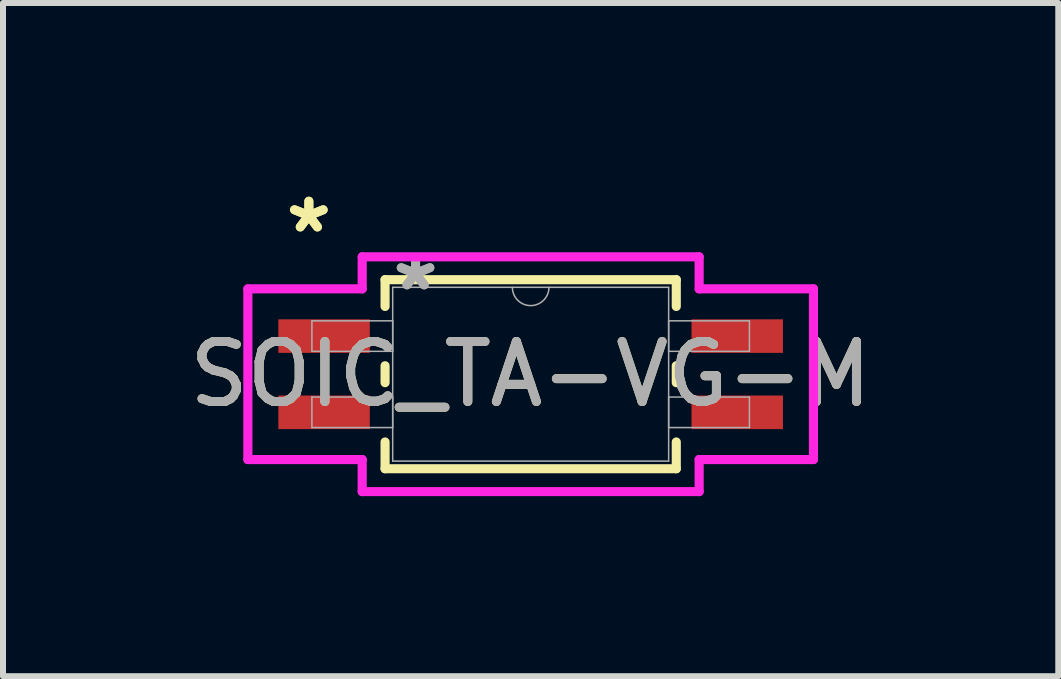
<source format=kicad_pcb>
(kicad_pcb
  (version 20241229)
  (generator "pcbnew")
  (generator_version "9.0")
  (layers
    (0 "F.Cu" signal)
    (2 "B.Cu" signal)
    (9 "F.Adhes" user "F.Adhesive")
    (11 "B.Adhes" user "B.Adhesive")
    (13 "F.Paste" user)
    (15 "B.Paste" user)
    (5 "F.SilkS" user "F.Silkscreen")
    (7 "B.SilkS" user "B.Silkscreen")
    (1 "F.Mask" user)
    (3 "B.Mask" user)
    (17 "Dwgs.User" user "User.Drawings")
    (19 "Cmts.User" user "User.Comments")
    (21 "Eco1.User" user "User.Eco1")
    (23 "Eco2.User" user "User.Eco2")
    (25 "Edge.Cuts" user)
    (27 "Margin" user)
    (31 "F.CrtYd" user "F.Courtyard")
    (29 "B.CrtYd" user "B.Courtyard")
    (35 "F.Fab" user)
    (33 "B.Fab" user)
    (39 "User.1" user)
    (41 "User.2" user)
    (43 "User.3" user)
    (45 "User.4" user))
  (footprint "SOIC_TA-VG-M"
    (layer "F.Cu")
    (at 5.792 3.185)
    (property "Reference" "SOIC_TA-VG-M" (at 0 0 0) (unlocked yes) (layer "F.SilkS") (effects (font (size 1 1) (thickness 0.15))))
    (attr smd)
    (fp_line (start -2.426 -1.575) (end -2.426 -1.129) (stroke (width 0.152) (type solid)) (layer "F.SilkS"))
    (fp_line (start -2.426 -0.141) (end -2.426 0.141) (stroke (width 0.152) (type solid)) (layer "F.SilkS"))
    (fp_line (start -2.426 1.129) (end -2.426 1.575) (stroke (width 0.152) (type solid)) (layer "F.SilkS"))
    (fp_line (start -2.426 1.575) (end 2.426 1.575) (stroke (width 0.152) (type solid)) (layer "F.SilkS"))
    (fp_line (start 2.426 -1.575) (end -2.426 -1.575) (stroke (width 0.152) (type solid)) (layer "F.SilkS"))
    (fp_line (start 2.426 -1.129) (end 2.426 -1.575) (stroke (width 0.152) (type solid)) (layer "F.SilkS"))
    (fp_line (start 2.426 0.141) (end 2.426 -0.141) (stroke (width 0.152) (type solid)) (layer "F.SilkS"))
    (fp_line (start 2.426 1.575) (end 2.426 1.129) (stroke (width 0.152) (type solid)) (layer "F.SilkS"))
    (fp_line (start -4.712 -1.422) (end -2.807 -1.422) (stroke (width 0.152) (type solid)) (layer "F.CrtYd"))
    (fp_line (start -4.712 1.422) (end -4.712 -1.422) (stroke (width 0.152) (type solid)) (layer "F.CrtYd"))
    (fp_line (start -4.712 1.422) (end -2.807 1.422) (stroke (width 0.152) (type solid)) (layer "F.CrtYd"))
    (fp_line (start -2.807 -1.956) (end 2.807 -1.956) (stroke (width 0.152) (type solid)) (layer "F.CrtYd"))
    (fp_line (start -2.807 -1.422) (end -2.807 -1.956) (stroke (width 0.152) (type solid)) (layer "F.CrtYd"))
    (fp_line (start -2.807 1.956) (end -2.807 1.422) (stroke (width 0.152) (type solid)) (layer "F.CrtYd"))
    (fp_line (start 2.807 -1.956) (end 2.807 -1.422) (stroke (width 0.152) (type solid)) (layer "F.CrtYd"))
    (fp_line (start 2.807 1.422) (end 2.807 1.956) (stroke (width 0.152) (type solid)) (layer "F.CrtYd"))
    (fp_line (start 2.807 1.956) (end -2.807 1.956) (stroke (width 0.152) (type solid)) (layer "F.CrtYd"))
    (fp_line (start 4.712 -1.422) (end 2.807 -1.422) (stroke (width 0.152) (type solid)) (layer "F.CrtYd"))
    (fp_line (start 4.712 -1.422) (end 4.712 1.422) (stroke (width 0.152) (type solid)) (layer "F.CrtYd"))
    (fp_line (start 4.712 1.422) (end 2.807 1.422) (stroke (width 0.152) (type solid)) (layer "F.CrtYd"))
    (fp_line (start -3.645 -0.889) (end -3.645 -0.381) (stroke (width 0.025) (type solid)) (layer "F.Fab"))
    (fp_line (start -3.645 -0.381) (end -2.299 -0.381) (stroke (width 0.025) (type solid)) (layer "F.Fab"))
    (fp_line (start -3.645 0.381) (end -3.645 0.889) (stroke (width 0.025) (type solid)) (layer "F.Fab"))
    (fp_line (start -3.645 0.889) (end -2.299 0.889) (stroke (width 0.025) (type solid)) (layer "F.Fab"))
    (fp_line (start -2.299 -1.448) (end -2.299 1.448) (stroke (width 0.025) (type solid)) (layer "F.Fab"))
    (fp_line (start -2.299 -0.889) (end -3.645 -0.889) (stroke (width 0.025) (type solid)) (layer "F.Fab"))
    (fp_line (start -2.299 -0.381) (end -2.299 -0.889) (stroke (width 0.025) (type solid)) (layer "F.Fab"))
    (fp_line (start -2.299 0.381) (end -3.645 0.381) (stroke (width 0.025) (type solid)) (layer "F.Fab"))
    (fp_line (start -2.299 0.889) (end -2.299 0.381) (stroke (width 0.025) (type solid)) (layer "F.Fab"))
    (fp_line (start -2.299 1.448) (end 2.299 1.448) (stroke (width 0.025) (type solid)) (layer "F.Fab"))
    (fp_line (start 2.299 -1.448) (end -2.299 -1.448) (stroke (width 0.025) (type solid)) (layer "F.Fab"))
    (fp_line (start 2.299 -0.889) (end 2.299 -0.381) (stroke (width 0.025) (type solid)) (layer "F.Fab"))
    (fp_line (start 2.299 -0.381) (end 3.645 -0.381) (stroke (width 0.025) (type solid)) (layer "F.Fab"))
    (fp_line (start 2.299 0.381) (end 2.299 0.889) (stroke (width 0.025) (type solid)) (layer "F.Fab"))
    (fp_line (start 2.299 0.889) (end 3.645 0.889) (stroke (width 0.025) (type solid)) (layer "F.Fab"))
    (fp_line (start 2.299 1.448) (end 2.299 -1.448) (stroke (width 0.025) (type solid)) (layer "F.Fab"))
    (fp_line (start 3.645 -0.889) (end 2.299 -0.889) (stroke (width 0.025) (type solid)) (layer "F.Fab"))
    (fp_line (start 3.645 -0.381) (end 3.645 -0.889) (stroke (width 0.025) (type solid)) (layer "F.Fab"))
    (fp_line (start 3.645 0.381) (end 2.299 0.381) (stroke (width 0.025) (type solid)) (layer "F.Fab"))
    (fp_line (start 3.645 0.889) (end 3.645 0.381) (stroke (width 0.025) (type solid)) (layer "F.Fab"))
    (fp_arc (start 0.3048 -1.4478) (mid 0 -1.143) (end -0.3048 -1.4478) (stroke (width 0.0254) (type solid)) (layer "F.Fab"))
    (fp_text user "*" (at -3.696 -2.337 0) (layer "F.SilkS") (effects (font (size 1 1) (thickness 0.15))))
    (fp_text user "*" (at -3.696 -2.337 0) (unlocked yes) (layer "F.SilkS") (effects (font (size 1 1) (thickness 0.15))))
    (fp_text user "*" (at -1.918 -1.372 0) (unlocked yes) (layer "F.Fab") (effects (font (size 1 1) (thickness 0.15))))
    (fp_text user "*" (at -1.918 -1.372 0) (layer "F.Fab") (effects (font (size 1 1) (thickness 0.15))))
    (fp_text user "${REFERENCE}" (at 0 0 0) (unlocked yes) (layer "F.Fab") (effects (font (size 1 1) (thickness 0.15))))
    (pad "1" smd rect (at -3.442 -0.635) (size 1.524 0.559) (layers "F.Cu" "F.Mask" "F.Paste"))
    (pad "2" smd rect (at -3.442 0.635) (size 1.524 0.559) (layers "F.Cu" "F.Mask" "F.Paste"))
    (pad "3" smd rect (at 3.442 0.635) (size 1.524 0.559) (layers "F.Cu" "F.Mask" "F.Paste"))
    (pad "4" smd rect (at 3.442 -0.635) (size 1.524 0.559) (layers "F.Cu" "F.Mask" "F.Paste")))
  (gr_rect
    (start -3 -3)
    (end 14.583 8.217)
    (stroke (width 0.1) (type default))
    (fill no)
    (layer "Edge.Cuts")))
</source>
